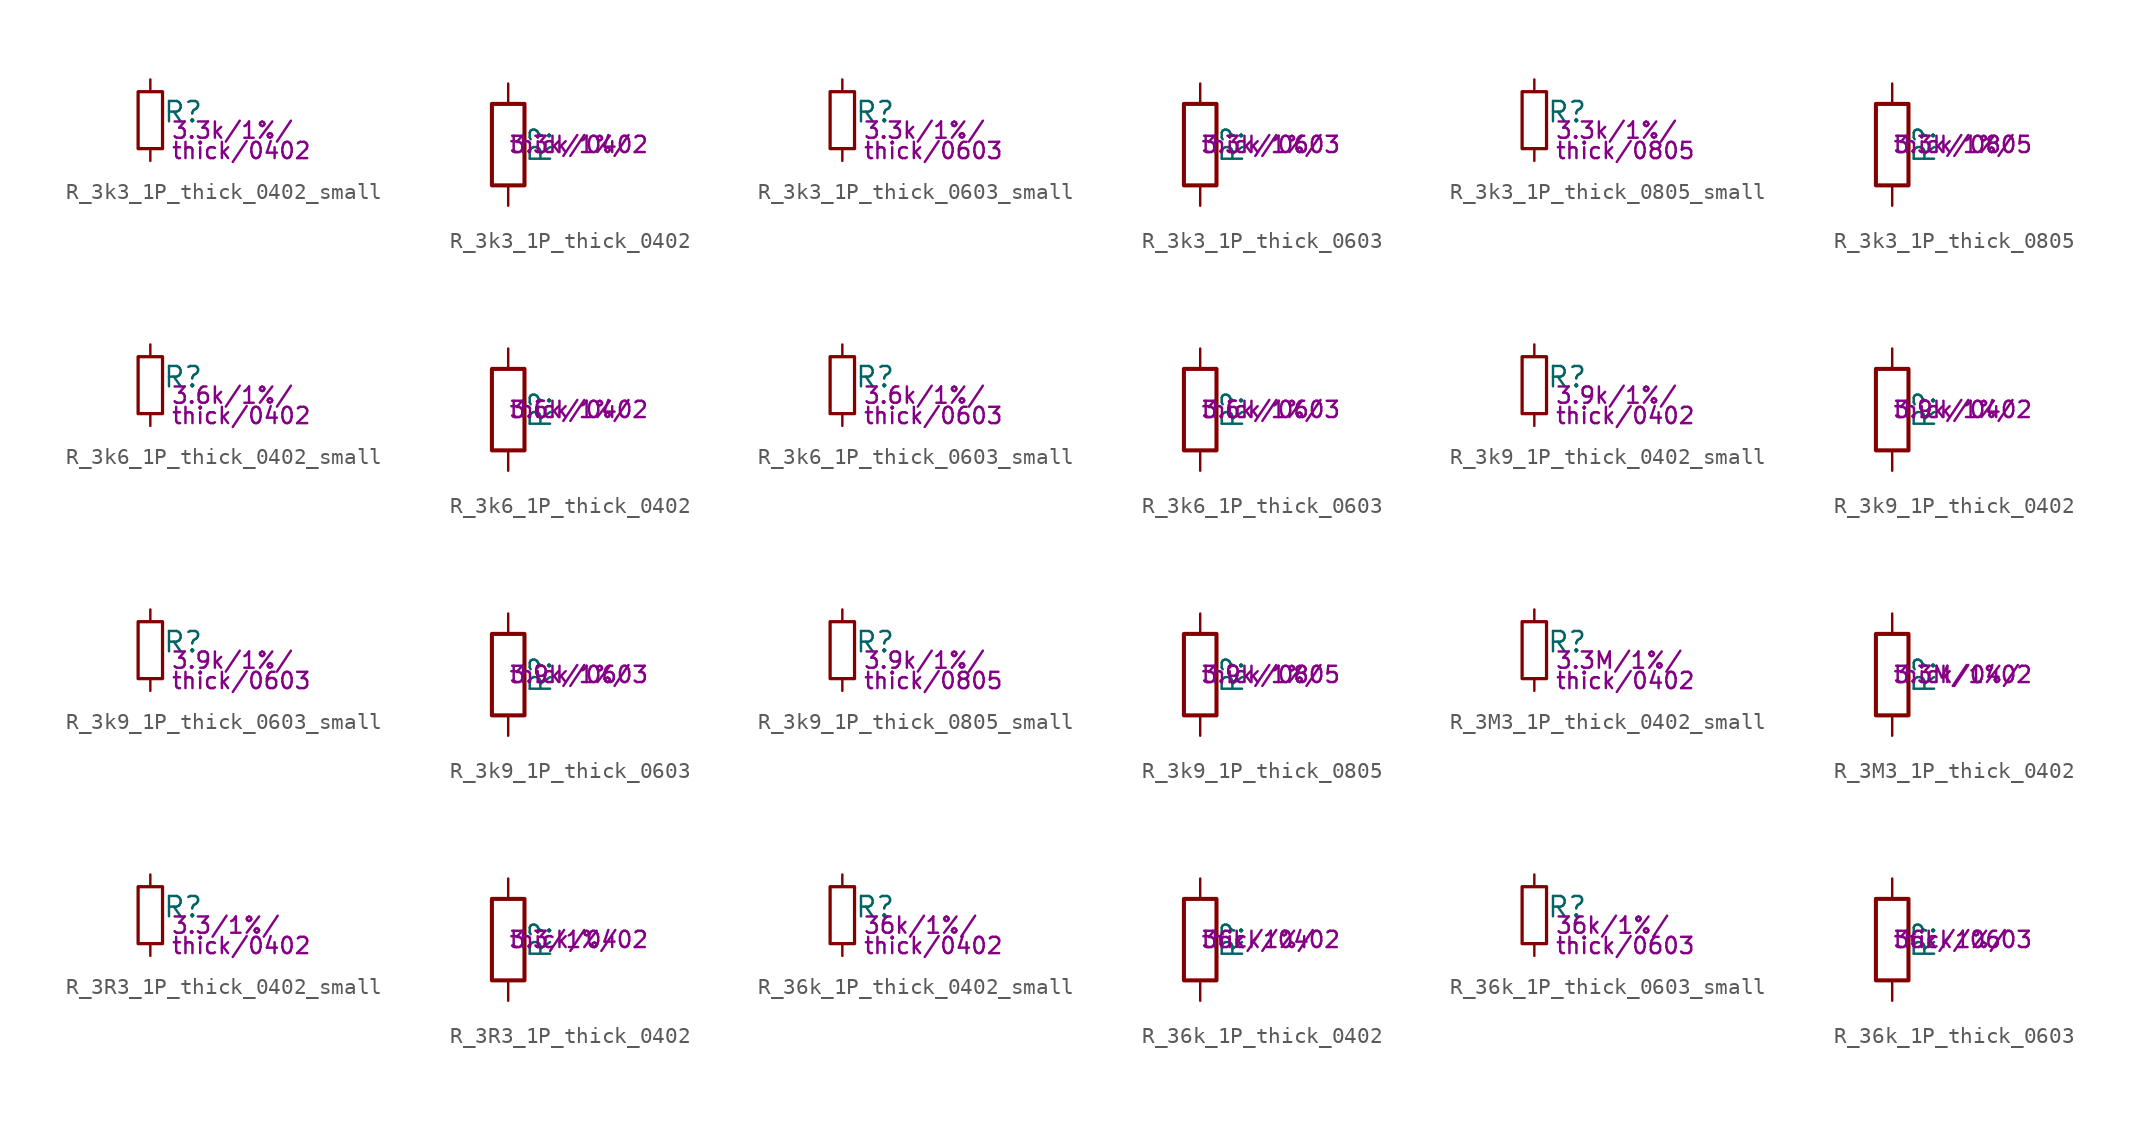
<source format=kicad_sym>
(kicad_symbol_lib
  (version 20211014)
  (generator kicad_symbol_editor)
  (symbol "R_3k3_1P_thick_0402_small"
    (pin_numbers hide)
    (pin_names
      (offset 0.254) hide)
    (property "Reference" "R"
      (at 0.762 0.508 0)
      (effects (font (size 1.27 1.27)) (justify left)))
    (property "Params" "3.3k/1%/"
      (at 1.27 -0.635 0)
      (effects (font (size 1.016 1.016)) (justify left)))
    (property "Params2" "thick/0402"
      (at 1.27 -1.905 0)
      (effects (font (size 1.016 1.016)) (justify left)))
    (symbol "R_3k3_1P_thick_0402_small_0_1"
      (rectangle (start -0.762 1.778) (end 0.762 -1.778) (stroke (width 0.203) (type default) (color 0 0 0 0)) (fill (type none))))
    (symbol "R_3k3_1P_thick_0402_small_1_1"
      (pin passive line (at 0 2.54 270) (length 0.762) (name "~" (effects (font (size 1.27 1.27)))) (number "1" (effects (font (size 1.27 1.27)))))
      (pin passive line (at 0 -2.54 90) (length 0.762) (name "~" (effects (font (size 1.27 1.27)))) (number "2" (effects (font (size 1.27 1.27)))))))
  (symbol "R_3k3_1P_thick_0402"
    (pin_numbers hide)
    (pin_names
      (offset 0))
    (property "Reference" "R"
      (at 2.032 0 90)
      (effects (font (size 1.27 1.27))))
    (property "Params" "3.3k/1%/"
      (at 0 0 0)
      (effects (font (size 1.016 1.016)) (justify left)))
    (property "Params2" "thick/0402"
      (at 0 0 0)
      (effects (font (size 1.016 1.016)) (justify left)))
    (symbol "R_3k3_1P_thick_0402_0_1"
      (rectangle (start -1.016 -2.54) (end 1.016 2.54) (stroke (width 0.254) (type default) (color 0 0 0 0)) (fill (type none))))
    (symbol "R_3k3_1P_thick_0402_1_1"
      (pin passive line (at 0 3.81 270) (length 1.27) (name "~" (effects (font (size 1.27 1.27)))) (number "1" (effects (font (size 1.27 1.27)))))
      (pin passive line (at 0 -3.81 90) (length 1.27) (name "~" (effects (font (size 1.27 1.27)))) (number "2" (effects (font (size 1.27 1.27)))))))
  (symbol "R_3k3_1P_thick_0603_small"
    (pin_numbers hide)
    (pin_names
      (offset 0.254) hide)
    (property "Reference" "R"
      (at 0.762 0.508 0)
      (effects (font (size 1.27 1.27)) (justify left)))
    (property "Params" "3.3k/1%/"
      (at 1.27 -0.635 0)
      (effects (font (size 1.016 1.016)) (justify left)))
    (property "Params2" "thick/0603"
      (at 1.27 -1.905 0)
      (effects (font (size 1.016 1.016)) (justify left)))
    (symbol "R_3k3_1P_thick_0603_small_0_1"
      (rectangle (start -0.762 1.778) (end 0.762 -1.778) (stroke (width 0.203) (type default) (color 0 0 0 0)) (fill (type none))))
    (symbol "R_3k3_1P_thick_0603_small_1_1"
      (pin passive line (at 0 2.54 270) (length 0.762) (name "~" (effects (font (size 1.27 1.27)))) (number "1" (effects (font (size 1.27 1.27)))))
      (pin passive line (at 0 -2.54 90) (length 0.762) (name "~" (effects (font (size 1.27 1.27)))) (number "2" (effects (font (size 1.27 1.27)))))))
  (symbol "R_3k3_1P_thick_0603"
    (pin_numbers hide)
    (pin_names
      (offset 0))
    (property "Reference" "R"
      (at 2.032 0 90)
      (effects (font (size 1.27 1.27))))
    (property "Params" "3.3k/1%/"
      (at 0 0 0)
      (effects (font (size 1.016 1.016)) (justify left)))
    (property "Params2" "thick/0603"
      (at 0 0 0)
      (effects (font (size 1.016 1.016)) (justify left)))
    (symbol "R_3k3_1P_thick_0603_0_1"
      (rectangle (start -1.016 -2.54) (end 1.016 2.54) (stroke (width 0.254) (type default) (color 0 0 0 0)) (fill (type none))))
    (symbol "R_3k3_1P_thick_0603_1_1"
      (pin passive line (at 0 3.81 270) (length 1.27) (name "~" (effects (font (size 1.27 1.27)))) (number "1" (effects (font (size 1.27 1.27)))))
      (pin passive line (at 0 -3.81 90) (length 1.27) (name "~" (effects (font (size 1.27 1.27)))) (number "2" (effects (font (size 1.27 1.27)))))))
  (symbol "R_3k3_1P_thick_0805_small"
    (pin_numbers hide)
    (pin_names
      (offset 0.254) hide)
    (property "Reference" "R"
      (at 0.762 0.508 0)
      (effects (font (size 1.27 1.27)) (justify left)))
    (property "Params" "3.3k/1%/"
      (at 1.27 -0.635 0)
      (effects (font (size 1.016 1.016)) (justify left)))
    (property "Params2" "thick/0805"
      (at 1.27 -1.905 0)
      (effects (font (size 1.016 1.016)) (justify left)))
    (symbol "R_3k3_1P_thick_0805_small_0_1"
      (rectangle (start -0.762 1.778) (end 0.762 -1.778) (stroke (width 0.203) (type default) (color 0 0 0 0)) (fill (type none))))
    (symbol "R_3k3_1P_thick_0805_small_1_1"
      (pin passive line (at 0 2.54 270) (length 0.762) (name "~" (effects (font (size 1.27 1.27)))) (number "1" (effects (font (size 1.27 1.27)))))
      (pin passive line (at 0 -2.54 90) (length 0.762) (name "~" (effects (font (size 1.27 1.27)))) (number "2" (effects (font (size 1.27 1.27)))))))
  (symbol "R_3k3_1P_thick_0805"
    (pin_numbers hide)
    (pin_names
      (offset 0))
    (property "Reference" "R"
      (at 2.032 0 90)
      (effects (font (size 1.27 1.27))))
    (property "Params" "3.3k/1%/"
      (at 0 0 0)
      (effects (font (size 1.016 1.016)) (justify left)))
    (property "Params2" "thick/0805"
      (at 0 0 0)
      (effects (font (size 1.016 1.016)) (justify left)))
    (symbol "R_3k3_1P_thick_0805_0_1"
      (rectangle (start -1.016 -2.54) (end 1.016 2.54) (stroke (width 0.254) (type default) (color 0 0 0 0)) (fill (type none))))
    (symbol "R_3k3_1P_thick_0805_1_1"
      (pin passive line (at 0 3.81 270) (length 1.27) (name "~" (effects (font (size 1.27 1.27)))) (number "1" (effects (font (size 1.27 1.27)))))
      (pin passive line (at 0 -3.81 90) (length 1.27) (name "~" (effects (font (size 1.27 1.27)))) (number "2" (effects (font (size 1.27 1.27)))))))
  (symbol "R_3k6_1P_thick_0402_small"
    (pin_numbers hide)
    (pin_names
      (offset 0.254) hide)
    (property "Reference" "R"
      (at 0.762 0.508 0)
      (effects (font (size 1.27 1.27)) (justify left)))
    (property "Params" "3.6k/1%/"
      (at 1.27 -0.635 0)
      (effects (font (size 1.016 1.016)) (justify left)))
    (property "Params2" "thick/0402"
      (at 1.27 -1.905 0)
      (effects (font (size 1.016 1.016)) (justify left)))
    (symbol "R_3k6_1P_thick_0402_small_0_1"
      (rectangle (start -0.762 1.778) (end 0.762 -1.778) (stroke (width 0.203) (type default) (color 0 0 0 0)) (fill (type none))))
    (symbol "R_3k6_1P_thick_0402_small_1_1"
      (pin passive line (at 0 2.54 270) (length 0.762) (name "~" (effects (font (size 1.27 1.27)))) (number "1" (effects (font (size 1.27 1.27)))))
      (pin passive line (at 0 -2.54 90) (length 0.762) (name "~" (effects (font (size 1.27 1.27)))) (number "2" (effects (font (size 1.27 1.27)))))))
  (symbol "R_3k6_1P_thick_0402"
    (pin_numbers hide)
    (pin_names
      (offset 0))
    (property "Reference" "R"
      (at 2.032 0 90)
      (effects (font (size 1.27 1.27))))
    (property "Params" "3.6k/1%/"
      (at 0 0 0)
      (effects (font (size 1.016 1.016)) (justify left)))
    (property "Params2" "thick/0402"
      (at 0 0 0)
      (effects (font (size 1.016 1.016)) (justify left)))
    (symbol "R_3k6_1P_thick_0402_0_1"
      (rectangle (start -1.016 -2.54) (end 1.016 2.54) (stroke (width 0.254) (type default) (color 0 0 0 0)) (fill (type none))))
    (symbol "R_3k6_1P_thick_0402_1_1"
      (pin passive line (at 0 3.81 270) (length 1.27) (name "~" (effects (font (size 1.27 1.27)))) (number "1" (effects (font (size 1.27 1.27)))))
      (pin passive line (at 0 -3.81 90) (length 1.27) (name "~" (effects (font (size 1.27 1.27)))) (number "2" (effects (font (size 1.27 1.27)))))))
  (symbol "R_3k6_1P_thick_0603_small"
    (pin_numbers hide)
    (pin_names
      (offset 0.254) hide)
    (property "Reference" "R"
      (at 0.762 0.508 0)
      (effects (font (size 1.27 1.27)) (justify left)))
    (property "Params" "3.6k/1%/"
      (at 1.27 -0.635 0)
      (effects (font (size 1.016 1.016)) (justify left)))
    (property "Params2" "thick/0603"
      (at 1.27 -1.905 0)
      (effects (font (size 1.016 1.016)) (justify left)))
    (symbol "R_3k6_1P_thick_0603_small_0_1"
      (rectangle (start -0.762 1.778) (end 0.762 -1.778) (stroke (width 0.203) (type default) (color 0 0 0 0)) (fill (type none))))
    (symbol "R_3k6_1P_thick_0603_small_1_1"
      (pin passive line (at 0 2.54 270) (length 0.762) (name "~" (effects (font (size 1.27 1.27)))) (number "1" (effects (font (size 1.27 1.27)))))
      (pin passive line (at 0 -2.54 90) (length 0.762) (name "~" (effects (font (size 1.27 1.27)))) (number "2" (effects (font (size 1.27 1.27)))))))
  (symbol "R_3k6_1P_thick_0603"
    (pin_numbers hide)
    (pin_names
      (offset 0))
    (property "Reference" "R"
      (at 2.032 0 90)
      (effects (font (size 1.27 1.27))))
    (property "Params" "3.6k/1%/"
      (at 0 0 0)
      (effects (font (size 1.016 1.016)) (justify left)))
    (property "Params2" "thick/0603"
      (at 0 0 0)
      (effects (font (size 1.016 1.016)) (justify left)))
    (symbol "R_3k6_1P_thick_0603_0_1"
      (rectangle (start -1.016 -2.54) (end 1.016 2.54) (stroke (width 0.254) (type default) (color 0 0 0 0)) (fill (type none))))
    (symbol "R_3k6_1P_thick_0603_1_1"
      (pin passive line (at 0 3.81 270) (length 1.27) (name "~" (effects (font (size 1.27 1.27)))) (number "1" (effects (font (size 1.27 1.27)))))
      (pin passive line (at 0 -3.81 90) (length 1.27) (name "~" (effects (font (size 1.27 1.27)))) (number "2" (effects (font (size 1.27 1.27)))))))
  (symbol "R_3k9_1P_thick_0402_small"
    (pin_numbers hide)
    (pin_names
      (offset 0.254) hide)
    (property "Reference" "R"
      (at 0.762 0.508 0)
      (effects (font (size 1.27 1.27)) (justify left)))
    (property "Params" "3.9k/1%/"
      (at 1.27 -0.635 0)
      (effects (font (size 1.016 1.016)) (justify left)))
    (property "Params2" "thick/0402"
      (at 1.27 -1.905 0)
      (effects (font (size 1.016 1.016)) (justify left)))
    (symbol "R_3k9_1P_thick_0402_small_0_1"
      (rectangle (start -0.762 1.778) (end 0.762 -1.778) (stroke (width 0.203) (type default) (color 0 0 0 0)) (fill (type none))))
    (symbol "R_3k9_1P_thick_0402_small_1_1"
      (pin passive line (at 0 2.54 270) (length 0.762) (name "~" (effects (font (size 1.27 1.27)))) (number "1" (effects (font (size 1.27 1.27)))))
      (pin passive line (at 0 -2.54 90) (length 0.762) (name "~" (effects (font (size 1.27 1.27)))) (number "2" (effects (font (size 1.27 1.27)))))))
  (symbol "R_3k9_1P_thick_0402"
    (pin_numbers hide)
    (pin_names
      (offset 0))
    (property "Reference" "R"
      (at 2.032 0 90)
      (effects (font (size 1.27 1.27))))
    (property "Params" "3.9k/1%/"
      (at 0 0 0)
      (effects (font (size 1.016 1.016)) (justify left)))
    (property "Params2" "thick/0402"
      (at 0 0 0)
      (effects (font (size 1.016 1.016)) (justify left)))
    (symbol "R_3k9_1P_thick_0402_0_1"
      (rectangle (start -1.016 -2.54) (end 1.016 2.54) (stroke (width 0.254) (type default) (color 0 0 0 0)) (fill (type none))))
    (symbol "R_3k9_1P_thick_0402_1_1"
      (pin passive line (at 0 3.81 270) (length 1.27) (name "~" (effects (font (size 1.27 1.27)))) (number "1" (effects (font (size 1.27 1.27)))))
      (pin passive line (at 0 -3.81 90) (length 1.27) (name "~" (effects (font (size 1.27 1.27)))) (number "2" (effects (font (size 1.27 1.27)))))))
  (symbol "R_3k9_1P_thick_0603_small"
    (pin_numbers hide)
    (pin_names
      (offset 0.254) hide)
    (property "Reference" "R"
      (at 0.762 0.508 0)
      (effects (font (size 1.27 1.27)) (justify left)))
    (property "Params" "3.9k/1%/"
      (at 1.27 -0.635 0)
      (effects (font (size 1.016 1.016)) (justify left)))
    (property "Params2" "thick/0603"
      (at 1.27 -1.905 0)
      (effects (font (size 1.016 1.016)) (justify left)))
    (symbol "R_3k9_1P_thick_0603_small_0_1"
      (rectangle (start -0.762 1.778) (end 0.762 -1.778) (stroke (width 0.203) (type default) (color 0 0 0 0)) (fill (type none))))
    (symbol "R_3k9_1P_thick_0603_small_1_1"
      (pin passive line (at 0 2.54 270) (length 0.762) (name "~" (effects (font (size 1.27 1.27)))) (number "1" (effects (font (size 1.27 1.27)))))
      (pin passive line (at 0 -2.54 90) (length 0.762) (name "~" (effects (font (size 1.27 1.27)))) (number "2" (effects (font (size 1.27 1.27)))))))
  (symbol "R_3k9_1P_thick_0603"
    (pin_numbers hide)
    (pin_names
      (offset 0))
    (property "Reference" "R"
      (at 2.032 0 90)
      (effects (font (size 1.27 1.27))))
    (property "Params" "3.9k/1%/"
      (at 0 0 0)
      (effects (font (size 1.016 1.016)) (justify left)))
    (property "Params2" "thick/0603"
      (at 0 0 0)
      (effects (font (size 1.016 1.016)) (justify left)))
    (symbol "R_3k9_1P_thick_0603_0_1"
      (rectangle (start -1.016 -2.54) (end 1.016 2.54) (stroke (width 0.254) (type default) (color 0 0 0 0)) (fill (type none))))
    (symbol "R_3k9_1P_thick_0603_1_1"
      (pin passive line (at 0 3.81 270) (length 1.27) (name "~" (effects (font (size 1.27 1.27)))) (number "1" (effects (font (size 1.27 1.27)))))
      (pin passive line (at 0 -3.81 90) (length 1.27) (name "~" (effects (font (size 1.27 1.27)))) (number "2" (effects (font (size 1.27 1.27)))))))
  (symbol "R_3k9_1P_thick_0805_small"
    (pin_numbers hide)
    (pin_names
      (offset 0.254) hide)
    (property "Reference" "R"
      (at 0.762 0.508 0)
      (effects (font (size 1.27 1.27)) (justify left)))
    (property "Params" "3.9k/1%/"
      (at 1.27 -0.635 0)
      (effects (font (size 1.016 1.016)) (justify left)))
    (property "Params2" "thick/0805"
      (at 1.27 -1.905 0)
      (effects (font (size 1.016 1.016)) (justify left)))
    (symbol "R_3k9_1P_thick_0805_small_0_1"
      (rectangle (start -0.762 1.778) (end 0.762 -1.778) (stroke (width 0.203) (type default) (color 0 0 0 0)) (fill (type none))))
    (symbol "R_3k9_1P_thick_0805_small_1_1"
      (pin passive line (at 0 2.54 270) (length 0.762) (name "~" (effects (font (size 1.27 1.27)))) (number "1" (effects (font (size 1.27 1.27)))))
      (pin passive line (at 0 -2.54 90) (length 0.762) (name "~" (effects (font (size 1.27 1.27)))) (number "2" (effects (font (size 1.27 1.27)))))))
  (symbol "R_3k9_1P_thick_0805"
    (pin_numbers hide)
    (pin_names
      (offset 0))
    (property "Reference" "R"
      (at 2.032 0 90)
      (effects (font (size 1.27 1.27))))
    (property "Params" "3.9k/1%/"
      (at 0 0 0)
      (effects (font (size 1.016 1.016)) (justify left)))
    (property "Params2" "thick/0805"
      (at 0 0 0)
      (effects (font (size 1.016 1.016)) (justify left)))
    (symbol "R_3k9_1P_thick_0805_0_1"
      (rectangle (start -1.016 -2.54) (end 1.016 2.54) (stroke (width 0.254) (type default) (color 0 0 0 0)) (fill (type none))))
    (symbol "R_3k9_1P_thick_0805_1_1"
      (pin passive line (at 0 3.81 270) (length 1.27) (name "~" (effects (font (size 1.27 1.27)))) (number "1" (effects (font (size 1.27 1.27)))))
      (pin passive line (at 0 -3.81 90) (length 1.27) (name "~" (effects (font (size 1.27 1.27)))) (number "2" (effects (font (size 1.27 1.27)))))))
  (symbol "R_3M3_1P_thick_0402_small"
    (pin_numbers hide)
    (pin_names
      (offset 0.254) hide)
    (property "Reference" "R"
      (at 0.762 0.508 0)
      (effects (font (size 1.27 1.27)) (justify left)))
    (property "Params" "3.3M/1%/"
      (at 1.27 -0.635 0)
      (effects (font (size 1.016 1.016)) (justify left)))
    (property "Params2" "thick/0402"
      (at 1.27 -1.905 0)
      (effects (font (size 1.016 1.016)) (justify left)))
    (symbol "R_3M3_1P_thick_0402_small_0_1"
      (rectangle (start -0.762 1.778) (end 0.762 -1.778) (stroke (width 0.203) (type default) (color 0 0 0 0)) (fill (type none))))
    (symbol "R_3M3_1P_thick_0402_small_1_1"
      (pin passive line (at 0 2.54 270) (length 0.762) (name "~" (effects (font (size 1.27 1.27)))) (number "1" (effects (font (size 1.27 1.27)))))
      (pin passive line (at 0 -2.54 90) (length 0.762) (name "~" (effects (font (size 1.27 1.27)))) (number "2" (effects (font (size 1.27 1.27)))))))
  (symbol "R_3M3_1P_thick_0402"
    (pin_numbers hide)
    (pin_names
      (offset 0))
    (property "Reference" "R"
      (at 2.032 0 90)
      (effects (font (size 1.27 1.27))))
    (property "Params" "3.3M/1%/"
      (at 0 0 0)
      (effects (font (size 1.016 1.016)) (justify left)))
    (property "Params2" "thick/0402"
      (at 0 0 0)
      (effects (font (size 1.016 1.016)) (justify left)))
    (symbol "R_3M3_1P_thick_0402_0_1"
      (rectangle (start -1.016 -2.54) (end 1.016 2.54) (stroke (width 0.254) (type default) (color 0 0 0 0)) (fill (type none))))
    (symbol "R_3M3_1P_thick_0402_1_1"
      (pin passive line (at 0 3.81 270) (length 1.27) (name "~" (effects (font (size 1.27 1.27)))) (number "1" (effects (font (size 1.27 1.27)))))
      (pin passive line (at 0 -3.81 90) (length 1.27) (name "~" (effects (font (size 1.27 1.27)))) (number "2" (effects (font (size 1.27 1.27)))))))
  (symbol "R_3R3_1P_thick_0402_small"
    (pin_numbers hide)
    (pin_names
      (offset 0.254) hide)
    (property "Reference" "R"
      (at 0.762 0.508 0)
      (effects (font (size 1.27 1.27)) (justify left)))
    (property "Params" "3.3/1%/"
      (at 1.27 -0.635 0)
      (effects (font (size 1.016 1.016)) (justify left)))
    (property "Params2" "thick/0402"
      (at 1.27 -1.905 0)
      (effects (font (size 1.016 1.016)) (justify left)))
    (symbol "R_3R3_1P_thick_0402_small_0_1"
      (rectangle (start -0.762 1.778) (end 0.762 -1.778) (stroke (width 0.203) (type default) (color 0 0 0 0)) (fill (type none))))
    (symbol "R_3R3_1P_thick_0402_small_1_1"
      (pin passive line (at 0 2.54 270) (length 0.762) (name "~" (effects (font (size 1.27 1.27)))) (number "1" (effects (font (size 1.27 1.27)))))
      (pin passive line (at 0 -2.54 90) (length 0.762) (name "~" (effects (font (size 1.27 1.27)))) (number "2" (effects (font (size 1.27 1.27)))))))
  (symbol "R_3R3_1P_thick_0402"
    (pin_numbers hide)
    (pin_names
      (offset 0))
    (property "Reference" "R"
      (at 2.032 0 90)
      (effects (font (size 1.27 1.27))))
    (property "Params" "3.3/1%/"
      (at 0 0 0)
      (effects (font (size 1.016 1.016)) (justify left)))
    (property "Params2" "thick/0402"
      (at 0 0 0)
      (effects (font (size 1.016 1.016)) (justify left)))
    (symbol "R_3R3_1P_thick_0402_0_1"
      (rectangle (start -1.016 -2.54) (end 1.016 2.54) (stroke (width 0.254) (type default) (color 0 0 0 0)) (fill (type none))))
    (symbol "R_3R3_1P_thick_0402_1_1"
      (pin passive line (at 0 3.81 270) (length 1.27) (name "~" (effects (font (size 1.27 1.27)))) (number "1" (effects (font (size 1.27 1.27)))))
      (pin passive line (at 0 -3.81 90) (length 1.27) (name "~" (effects (font (size 1.27 1.27)))) (number "2" (effects (font (size 1.27 1.27)))))))
  (symbol "R_36k_1P_thick_0402_small"
    (pin_numbers hide)
    (pin_names
      (offset 0.254) hide)
    (property "Reference" "R"
      (at 0.762 0.508 0)
      (effects (font (size 1.27 1.27)) (justify left)))
    (property "Params" "36k/1%/"
      (at 1.27 -0.635 0)
      (effects (font (size 1.016 1.016)) (justify left)))
    (property "Params2" "thick/0402"
      (at 1.27 -1.905 0)
      (effects (font (size 1.016 1.016)) (justify left)))
    (symbol "R_36k_1P_thick_0402_small_0_1"
      (rectangle (start -0.762 1.778) (end 0.762 -1.778) (stroke (width 0.203) (type default) (color 0 0 0 0)) (fill (type none))))
    (symbol "R_36k_1P_thick_0402_small_1_1"
      (pin passive line (at 0 2.54 270) (length 0.762) (name "~" (effects (font (size 1.27 1.27)))) (number "1" (effects (font (size 1.27 1.27)))))
      (pin passive line (at 0 -2.54 90) (length 0.762) (name "~" (effects (font (size 1.27 1.27)))) (number "2" (effects (font (size 1.27 1.27)))))))
  (symbol "R_36k_1P_thick_0402"
    (pin_numbers hide)
    (pin_names
      (offset 0))
    (property "Reference" "R"
      (at 2.032 0 90)
      (effects (font (size 1.27 1.27))))
    (property "Params" "36k/1%/"
      (at 0 0 0)
      (effects (font (size 1.016 1.016)) (justify left)))
    (property "Params2" "thick/0402"
      (at 0 0 0)
      (effects (font (size 1.016 1.016)) (justify left)))
    (symbol "R_36k_1P_thick_0402_0_1"
      (rectangle (start -1.016 -2.54) (end 1.016 2.54) (stroke (width 0.254) (type default) (color 0 0 0 0)) (fill (type none))))
    (symbol "R_36k_1P_thick_0402_1_1"
      (pin passive line (at 0 3.81 270) (length 1.27) (name "~" (effects (font (size 1.27 1.27)))) (number "1" (effects (font (size 1.27 1.27)))))
      (pin passive line (at 0 -3.81 90) (length 1.27) (name "~" (effects (font (size 1.27 1.27)))) (number "2" (effects (font (size 1.27 1.27)))))))
  (symbol "R_36k_1P_thick_0603_small"
    (pin_numbers hide)
    (pin_names
      (offset 0.254) hide)
    (property "Reference" "R"
      (at 0.762 0.508 0)
      (effects (font (size 1.27 1.27)) (justify left)))
    (property "Params" "36k/1%/"
      (at 1.27 -0.635 0)
      (effects (font (size 1.016 1.016)) (justify left)))
    (property "Params2" "thick/0603"
      (at 1.27 -1.905 0)
      (effects (font (size 1.016 1.016)) (justify left)))
    (symbol "R_36k_1P_thick_0603_small_0_1"
      (rectangle (start -0.762 1.778) (end 0.762 -1.778) (stroke (width 0.203) (type default) (color 0 0 0 0)) (fill (type none))))
    (symbol "R_36k_1P_thick_0603_small_1_1"
      (pin passive line (at 0 2.54 270) (length 0.762) (name "~" (effects (font (size 1.27 1.27)))) (number "1" (effects (font (size 1.27 1.27)))))
      (pin passive line (at 0 -2.54 90) (length 0.762) (name "~" (effects (font (size 1.27 1.27)))) (number "2" (effects (font (size 1.27 1.27)))))))
  (symbol "R_36k_1P_thick_0603"
    (pin_numbers hide)
    (pin_names
      (offset 0))
    (property "Reference" "R"
      (at 2.032 0 90)
      (effects (font (size 1.27 1.27))))
    (property "Params" "36k/1%/"
      (at 0 0 0)
      (effects (font (size 1.016 1.016)) (justify left)))
    (property "Params2" "thick/0603"
      (at 0 0 0)
      (effects (font (size 1.016 1.016)) (justify left)))
    (symbol "R_36k_1P_thick_0603_0_1"
      (rectangle (start -1.016 -2.54) (end 1.016 2.54) (stroke (width 0.254) (type default) (color 0 0 0 0)) (fill (type none))))
    (symbol "R_36k_1P_thick_0603_1_1"
      (pin passive line (at 0 3.81 270) (length 1.27) (name "~" (effects (font (size 1.27 1.27)))) (number "1" (effects (font (size 1.27 1.27)))))
      (pin passive line (at 0 -3.81 90) (length 1.27) (name "~" (effects (font (size 1.27 1.27)))) (number "2" (effects (font (size 1.27 1.27))))))))
</source>
